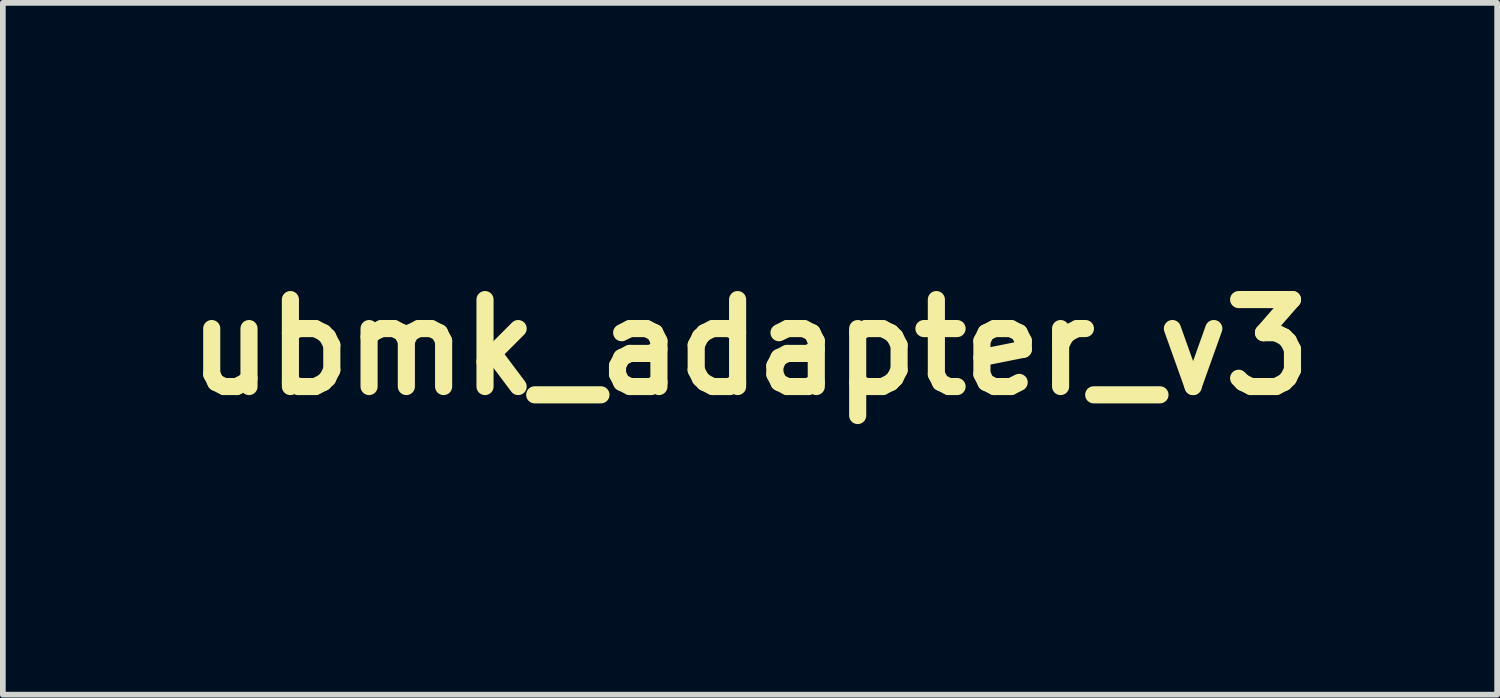
<source format=kicad_pcb>
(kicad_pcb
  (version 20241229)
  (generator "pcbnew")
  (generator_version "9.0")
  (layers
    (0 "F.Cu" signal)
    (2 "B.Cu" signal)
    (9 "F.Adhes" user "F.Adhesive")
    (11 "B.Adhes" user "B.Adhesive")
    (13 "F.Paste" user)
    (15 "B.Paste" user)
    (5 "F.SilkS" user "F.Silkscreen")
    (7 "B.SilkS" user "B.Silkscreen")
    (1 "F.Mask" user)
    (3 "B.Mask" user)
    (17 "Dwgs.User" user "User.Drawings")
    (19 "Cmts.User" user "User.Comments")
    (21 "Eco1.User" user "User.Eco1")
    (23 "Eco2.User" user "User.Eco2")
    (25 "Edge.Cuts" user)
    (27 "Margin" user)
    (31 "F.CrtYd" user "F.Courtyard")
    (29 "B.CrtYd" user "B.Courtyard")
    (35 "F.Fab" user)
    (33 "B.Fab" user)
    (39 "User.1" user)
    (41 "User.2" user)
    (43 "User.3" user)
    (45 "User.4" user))
  (footprint "ubmk_adapter_v3"
    (layer "F.Cu")
    (at 10.095 3.035)
    (property "Reference" "ubmk_adapter_v3" (at 0 0 0) (layer "F.SilkS") (effects (font (size 1.524 1.524) (thickness 0.3))))
    (attr through_hole)
    (fp_poly (pts (xy 1.553 -2.417) (xy 1.573 -2.398) (xy 1.582 -2.37) (xy 1.582 -2.365) (xy 1.574 -2.337) (xy 1.559 -2.321) (xy 1.531 -2.305) (xy 1.506 -2.306) (xy 1.481 -2.324) (xy 1.481 -2.324) (xy 1.463 -2.35) (xy 1.462 -2.375) (xy 1.477 -2.403) (xy 1.477 -2.403) (xy 1.501 -2.421) (xy 1.527 -2.425) (xy 1.553 -2.417)) (stroke (width 0.01) (type solid)) (fill yes) (layer "F.Mask"))
    (fp_poly (pts (xy 3.147 -2.359) (xy 3.17 -2.341) (xy 3.18 -2.32) (xy 3.185 -2.293) (xy 3.179 -2.266) (xy 3.178 -2.263) (xy 3.157 -2.233) (xy 3.13 -2.217) (xy 3.099 -2.216) (xy 3.067 -2.232) (xy 3.058 -2.24) (xy 3.038 -2.268) (xy 3.033 -2.295) (xy 3.045 -2.328) (xy 3.045 -2.328) (xy 3.061 -2.351) (xy 3.083 -2.362) (xy 3.113 -2.364) (xy 3.147 -2.359)) (stroke (width 0.01) (type solid)) (fill yes) (layer "F.Mask"))
    (fp_poly (pts (xy -0.237 -2.716) (xy -0.237 -2.642) (xy -0.237 -2.584) (xy -0.235 -2.54) (xy -0.231 -2.508) (xy -0.224 -2.486) (xy -0.213 -2.472) (xy -0.197 -2.464) (xy -0.175 -2.461) (xy -0.146 -2.461) (xy -0.114 -2.461) (xy -0.026 -2.461) (xy -0.026 -2.311) (xy -0.147 -2.312) (xy -0.194 -2.313) (xy -0.238 -2.316) (xy -0.273 -2.319) (xy -0.296 -2.322) (xy -0.299 -2.323) (xy -0.33 -2.339) (xy -0.363 -2.366) (xy -0.393 -2.398) (xy -0.414 -2.431) (xy -0.421 -2.448) (xy -0.424 -2.468) (xy -0.427 -2.504) (xy -0.429 -2.554) (xy -0.43 -2.615) (xy -0.431 -2.685) (xy -0.431 -2.709) (xy -0.431 -2.936) (xy -0.237 -2.936) (xy -0.237 -2.716)) (stroke (width 0.01) (type solid)) (fill yes) (layer "F.Mask"))
    (fp_poly (pts (xy 3.152 -2.613) (xy 3.183 -2.609) (xy 3.21 -2.601) (xy 3.243 -2.588) (xy 3.245 -2.587) (xy 3.303 -2.552) (xy 3.353 -2.508) (xy 3.389 -2.459) (xy 3.392 -2.453) (xy 3.406 -2.418) (xy 3.408 -2.392) (xy 3.397 -2.369) (xy 3.389 -2.359) (xy 3.362 -2.341) (xy 3.337 -2.341) (xy 3.312 -2.358) (xy 3.309 -2.362) (xy 3.273 -2.402) (xy 3.245 -2.431) (xy 3.224 -2.452) (xy 3.205 -2.465) (xy 3.186 -2.475) (xy 3.165 -2.482) (xy 3.163 -2.482) (xy 3.129 -2.491) (xy 3.102 -2.492) (xy 3.075 -2.487) (xy 3.047 -2.48) (xy 3.022 -2.474) (xy 3.017 -2.472) (xy 2.984 -2.471) (xy 2.957 -2.485) (xy 2.944 -2.505) (xy 2.939 -2.537) (xy 2.949 -2.564) (xy 2.974 -2.586) (xy 3.013 -2.602) (xy 3.065 -2.612) (xy 3.111 -2.614) (xy 3.152 -2.613)) (stroke (width 0.01) (type solid)) (fill yes) (layer "F.Mask"))
    (fp_poly (pts (xy -1.186 2.551) (xy -1.145 2.557) (xy -1.114 2.569) (xy -1.092 2.589) (xy -1.074 2.617) (xy -1.071 2.623) (xy -1.058 2.668) (xy -1.06 2.709) (xy -1.078 2.748) (xy -1.112 2.785) (xy -1.149 2.812) (xy -1.208 2.852) (xy -1.132 2.855) (xy -1.055 2.857) (xy -1.055 2.962) (xy -1.167 2.961) (xy -1.211 2.961) (xy -1.25 2.959) (xy -1.28 2.956) (xy -1.297 2.953) (xy -1.297 2.953) (xy -1.324 2.934) (xy -1.344 2.905) (xy -1.353 2.873) (xy -1.353 2.869) (xy -1.35 2.847) (xy -1.34 2.827) (xy -1.32 2.804) (xy -1.289 2.778) (xy -1.248 2.748) (xy -1.208 2.717) (xy -1.185 2.692) (xy -1.179 2.672) (xy -1.189 2.658) (xy -1.215 2.649) (xy -1.259 2.646) (xy -1.272 2.645) (xy -1.336 2.645) (xy -1.336 2.549) (xy -1.242 2.549) (xy -1.186 2.551)) (stroke (width 0.01) (type solid)) (fill yes) (layer "F.Mask"))
    (fp_poly (pts (xy -0.439 2.551) (xy -0.398 2.557) (xy -0.367 2.569) (xy -0.345 2.589) (xy -0.327 2.617) (xy -0.324 2.623) (xy -0.311 2.668) (xy -0.312 2.709) (xy -0.331 2.748) (xy -0.365 2.785) (xy -0.402 2.812) (xy -0.461 2.852) (xy -0.385 2.855) (xy -0.308 2.857) (xy -0.308 2.962) (xy -0.42 2.961) (xy -0.464 2.961) (xy -0.503 2.959) (xy -0.533 2.956) (xy -0.55 2.953) (xy -0.55 2.953) (xy -0.577 2.934) (xy -0.597 2.905) (xy -0.606 2.873) (xy -0.606 2.869) (xy -0.603 2.847) (xy -0.593 2.827) (xy -0.573 2.804) (xy -0.542 2.778) (xy -0.501 2.748) (xy -0.461 2.717) (xy -0.438 2.692) (xy -0.431 2.672) (xy -0.442 2.658) (xy -0.468 2.649) (xy -0.512 2.646) (xy -0.525 2.645) (xy -0.589 2.645) (xy -0.589 2.549) (xy -0.495 2.549) (xy -0.439 2.551)) (stroke (width 0.01) (type solid)) (fill yes) (layer "F.Mask"))
    (fp_poly (pts (xy 1.245 2.651) (xy 1.281 2.664) (xy 1.321 2.693) (xy 1.35 2.731) (xy 1.365 2.776) (xy 1.368 2.824) (xy 1.357 2.872) (xy 1.331 2.916) (xy 1.326 2.922) (xy 1.294 2.949) (xy 1.256 2.964) (xy 1.216 2.968) (xy 1.18 2.961) (xy 1.159 2.947) (xy 1.151 2.941) (xy 1.146 2.942) (xy 1.144 2.953) (xy 1.143 2.975) (xy 1.143 3.009) (xy 1.143 3.085) (xy 1.027 3.085) (xy 1.03 2.915) (xy 1.032 2.808) (xy 1.143 2.808) (xy 1.15 2.835) (xy 1.168 2.854) (xy 1.192 2.863) (xy 1.217 2.86) (xy 1.235 2.847) (xy 1.248 2.823) (xy 1.249 2.795) (xy 1.24 2.769) (xy 1.222 2.749) (xy 1.198 2.742) (xy 1.18 2.749) (xy 1.162 2.767) (xy 1.147 2.789) (xy 1.143 2.808) (xy 1.032 2.808) (xy 1.033 2.745) (xy 1.058 2.712) (xy 1.095 2.677) (xy 1.141 2.655) (xy 1.193 2.646) (xy 1.245 2.651)) (stroke (width 0.01) (type solid)) (fill yes) (layer "F.Mask"))
    (fp_poly (pts (xy -3.269 -2.733) (xy -3.269 -2.66) (xy -3.268 -2.604) (xy -3.266 -2.56) (xy -3.262 -2.528) (xy -3.256 -2.504) (xy -3.247 -2.488) (xy -3.236 -2.477) (xy -3.22 -2.468) (xy -3.214 -2.465) (xy -3.176 -2.458) (xy -3.142 -2.467) (xy -3.116 -2.489) (xy -3.094 -2.515) (xy -3.094 -2.936) (xy -2.9 -2.936) (xy -2.9 -2.726) (xy -2.901 -2.649) (xy -2.902 -2.586) (xy -2.905 -2.537) (xy -2.909 -2.498) (xy -2.916 -2.467) (xy -2.925 -2.442) (xy -2.937 -2.42) (xy -2.953 -2.399) (xy -2.958 -2.392) (xy -2.997 -2.354) (xy -3.041 -2.328) (xy -3.094 -2.312) (xy -3.159 -2.306) (xy -3.164 -2.306) (xy -3.224 -2.306) (xy -3.27 -2.311) (xy -3.286 -2.315) (xy -3.346 -2.344) (xy -3.396 -2.386) (xy -3.435 -2.441) (xy -3.446 -2.465) (xy -3.451 -2.484) (xy -3.454 -2.519) (xy -3.457 -2.569) (xy -3.459 -2.637) (xy -3.461 -2.714) (xy -3.464 -2.936) (xy -3.269 -2.936) (xy -3.269 -2.733)) (stroke (width 0.01) (type solid)) (fill yes) (layer "F.Mask"))
    (fp_poly (pts (xy 3.219 -2.813) (xy 3.275 -2.799) (xy 3.331 -2.776) (xy 3.361 -2.761) (xy 3.411 -2.731) (xy 3.457 -2.694) (xy 3.5 -2.653) (xy 3.537 -2.611) (xy 3.566 -2.568) (xy 3.586 -2.527) (xy 3.595 -2.492) (xy 3.592 -2.463) (xy 3.588 -2.456) (xy 3.575 -2.444) (xy 3.556 -2.432) (xy 3.539 -2.426) (xy 3.536 -2.426) (xy 3.523 -2.43) (xy 3.509 -2.435) (xy 3.493 -2.448) (xy 3.477 -2.469) (xy 3.475 -2.471) (xy 3.431 -2.541) (xy 3.373 -2.6) (xy 3.305 -2.647) (xy 3.228 -2.68) (xy 3.224 -2.682) (xy 3.165 -2.694) (xy 3.101 -2.697) (xy 3.038 -2.692) (xy 2.983 -2.678) (xy 2.979 -2.677) (xy 2.941 -2.663) (xy 2.914 -2.657) (xy 2.894 -2.659) (xy 2.878 -2.668) (xy 2.87 -2.675) (xy 2.85 -2.703) (xy 2.847 -2.729) (xy 2.86 -2.753) (xy 2.887 -2.775) (xy 2.927 -2.793) (xy 2.979 -2.807) (xy 3.043 -2.816) (xy 3.085 -2.819) (xy 3.157 -2.819) (xy 3.219 -2.813)) (stroke (width 0.01) (type solid)) (fill yes) (layer "F.Mask"))
    (fp_poly (pts (xy 1.415 -0.993) (xy 1.481 -0.993) (xy 1.63 -1.265) (xy 1.786 -1.266) (xy 1.837 -1.265) (xy 1.88 -1.265) (xy 1.914 -1.264) (xy 1.936 -1.263) (xy 1.942 -1.261) (xy 1.938 -1.253) (xy 1.925 -1.232) (xy 1.906 -1.201) (xy 1.882 -1.162) (xy 1.854 -1.118) (xy 1.849 -1.11) (xy 1.821 -1.065) (xy 1.797 -1.026) (xy 1.779 -0.993) (xy 1.768 -0.971) (xy 1.764 -0.96) (xy 1.765 -0.96) (xy 1.791 -0.946) (xy 1.821 -0.923) (xy 1.849 -0.894) (xy 1.86 -0.881) (xy 1.877 -0.854) (xy 1.89 -0.823) (xy 1.899 -0.786) (xy 1.904 -0.738) (xy 1.907 -0.678) (xy 1.907 -0.637) (xy 1.907 -0.519) (xy 1.626 -0.519) (xy 1.626 -0.636) (xy 1.626 -0.685) (xy 1.625 -0.719) (xy 1.622 -0.742) (xy 1.618 -0.758) (xy 1.612 -0.77) (xy 1.608 -0.776) (xy 1.578 -0.8) (xy 1.535 -0.813) (xy 1.478 -0.816) (xy 1.472 -0.816) (xy 1.419 -0.813) (xy 1.417 -0.666) (xy 1.415 -0.519) (xy 1.143 -0.519) (xy 1.143 -1.573) (xy 1.415 -1.573) (xy 1.415 -0.993)) (stroke (width 0.01) (type solid)) (fill yes) (layer "F.Mask"))
    (fp_poly (pts (xy -1.757 -1.057) (xy -1.757 -0.975) (xy -1.755 -0.909) (xy -1.752 -0.86) (xy -1.749 -0.829) (xy -1.746 -0.818) (xy -1.725 -0.783) (xy -1.692 -0.76) (xy -1.656 -0.75) (xy -1.617 -0.752) (xy -1.584 -0.769) (xy -1.558 -0.799) (xy -1.552 -0.809) (xy -1.547 -0.819) (xy -1.544 -0.832) (xy -1.541 -0.85) (xy -1.54 -0.875) (xy -1.539 -0.91) (xy -1.538 -0.957) (xy -1.538 -1.019) (xy -1.538 -1.047) (xy -1.538 -1.266) (xy -1.266 -1.266) (xy -1.266 -1.017) (xy -1.266 -0.935) (xy -1.267 -0.869) (xy -1.268 -0.815) (xy -1.271 -0.773) (xy -1.276 -0.739) (xy -1.283 -0.712) (xy -1.292 -0.689) (xy -1.304 -0.667) (xy -1.318 -0.646) (xy -1.323 -0.639) (xy -1.372 -0.586) (xy -1.433 -0.545) (xy -1.475 -0.526) (xy -1.515 -0.516) (xy -1.567 -0.508) (xy -1.624 -0.504) (xy -1.681 -0.503) (xy -1.731 -0.507) (xy -1.762 -0.513) (xy -1.836 -0.54) (xy -1.901 -0.579) (xy -1.955 -0.629) (xy -1.996 -0.688) (xy -2.002 -0.701) (xy -2.026 -0.751) (xy -2.031 -1.266) (xy -1.758 -1.266) (xy -1.757 -1.057)) (stroke (width 0.01) (type solid)) (fill yes) (layer "F.Mask"))
    (fp_poly (pts (xy 1.286 -2.724) (xy 1.327 -2.72) (xy 1.357 -2.713) (xy 1.378 -2.702) (xy 1.394 -2.686) (xy 1.401 -2.677) (xy 1.412 -2.647) (xy 1.414 -2.609) (xy 1.407 -2.572) (xy 1.399 -2.553) (xy 1.389 -2.536) (xy 1.389 -2.523) (xy 1.397 -2.507) (xy 1.403 -2.497) (xy 1.421 -2.457) (xy 1.422 -2.415) (xy 1.405 -2.375) (xy 1.404 -2.372) (xy 1.384 -2.348) (xy 1.361 -2.331) (xy 1.332 -2.32) (xy 1.292 -2.314) (xy 1.238 -2.312) (xy 1.224 -2.312) (xy 1.125 -2.311) (xy 1.125 -2.417) (xy 1.203 -2.417) (xy 1.249 -2.418) (xy 1.279 -2.423) (xy 1.295 -2.432) (xy 1.298 -2.446) (xy 1.296 -2.455) (xy 1.286 -2.466) (xy 1.267 -2.474) (xy 1.234 -2.477) (xy 1.197 -2.478) (xy 1.143 -2.478) (xy 1.143 -2.566) (xy 1.205 -2.566) (xy 1.252 -2.569) (xy 1.284 -2.576) (xy 1.298 -2.587) (xy 1.296 -2.603) (xy 1.287 -2.614) (xy 1.274 -2.622) (xy 1.252 -2.626) (xy 1.217 -2.628) (xy 1.199 -2.628) (xy 1.125 -2.628) (xy 1.125 -2.725) (xy 1.231 -2.725) (xy 1.286 -2.724)) (stroke (width 0.01) (type solid)) (fill yes) (layer "F.Mask"))
    (fp_poly (pts (xy 0.606 2.645) (xy 0.508 2.647) (xy 0.409 2.65) (xy 0.409 2.672) (xy 0.41 2.683) (xy 0.415 2.69) (xy 0.427 2.694) (xy 0.451 2.696) (xy 0.48 2.698) (xy 0.519 2.702) (xy 0.545 2.707) (xy 0.566 2.716) (xy 0.583 2.727) (xy 0.611 2.759) (xy 0.627 2.797) (xy 0.629 2.839) (xy 0.62 2.88) (xy 0.598 2.915) (xy 0.566 2.942) (xy 0.553 2.948) (xy 0.529 2.955) (xy 0.497 2.959) (xy 0.452 2.961) (xy 0.409 2.962) (xy 0.299 2.962) (xy 0.299 2.865) (xy 0.39 2.865) (xy 0.435 2.865) (xy 0.464 2.863) (xy 0.483 2.859) (xy 0.495 2.852) (xy 0.496 2.851) (xy 0.508 2.834) (xy 0.504 2.82) (xy 0.484 2.81) (xy 0.447 2.802) (xy 0.421 2.799) (xy 0.383 2.793) (xy 0.349 2.783) (xy 0.335 2.777) (xy 0.305 2.749) (xy 0.288 2.713) (xy 0.282 2.673) (xy 0.289 2.633) (xy 0.307 2.596) (xy 0.336 2.568) (xy 0.338 2.567) (xy 0.352 2.559) (xy 0.368 2.554) (xy 0.39 2.551) (xy 0.42 2.549) (xy 0.464 2.549) (xy 0.487 2.549) (xy 0.606 2.549) (xy 0.606 2.645)) (stroke (width 0.01) (type solid)) (fill yes) (layer "F.Mask"))
    (fp_poly (pts (xy 0.892 2.658) (xy 0.902 2.663) (xy 0.929 2.678) (xy 0.949 2.696) (xy 0.954 2.702) (xy 0.968 2.732) (xy 0.978 2.768) (xy 0.981 2.802) (xy 0.979 2.817) (xy 0.976 2.827) (xy 0.97 2.833) (xy 0.959 2.837) (xy 0.938 2.838) (xy 0.904 2.839) (xy 0.882 2.839) (xy 0.845 2.839) (xy 0.815 2.841) (xy 0.796 2.844) (xy 0.791 2.846) (xy 0.797 2.86) (xy 0.817 2.869) (xy 0.851 2.873) (xy 0.881 2.874) (xy 0.949 2.874) (xy 0.949 2.962) (xy 0.877 2.961) (xy 0.837 2.96) (xy 0.8 2.956) (xy 0.772 2.95) (xy 0.769 2.949) (xy 0.729 2.926) (xy 0.697 2.892) (xy 0.676 2.851) (xy 0.672 2.833) (xy 0.672 2.78) (xy 0.677 2.762) (xy 0.785 2.762) (xy 0.786 2.771) (xy 0.801 2.776) (xy 0.832 2.777) (xy 0.859 2.777) (xy 0.873 2.775) (xy 0.875 2.77) (xy 0.869 2.759) (xy 0.868 2.758) (xy 0.847 2.739) (xy 0.822 2.736) (xy 0.799 2.747) (xy 0.785 2.762) (xy 0.677 2.762) (xy 0.686 2.734) (xy 0.713 2.696) (xy 0.749 2.667) (xy 0.793 2.65) (xy 0.841 2.647) (xy 0.892 2.658)) (stroke (width 0.01) (type solid)) (fill yes) (layer "F.Mask"))
    (fp_poly (pts (xy 3.171 -3.028) (xy 3.24 -3.022) (xy 3.298 -3.011) (xy 3.3 -3.01) (xy 3.36 -2.99) (xy 3.426 -2.96) (xy 3.492 -2.925) (xy 3.552 -2.886) (xy 3.58 -2.865) (xy 3.62 -2.83) (xy 3.66 -2.787) (xy 3.698 -2.742) (xy 3.732 -2.695) (xy 3.76 -2.651) (xy 3.779 -2.613) (xy 3.788 -2.582) (xy 3.788 -2.576) (xy 3.78 -2.55) (xy 3.761 -2.53) (xy 3.735 -2.519) (xy 3.708 -2.52) (xy 3.694 -2.527) (xy 3.68 -2.541) (xy 3.662 -2.566) (xy 3.646 -2.595) (xy 3.617 -2.64) (xy 3.576 -2.69) (xy 3.528 -2.739) (xy 3.478 -2.783) (xy 3.429 -2.818) (xy 3.406 -2.832) (xy 3.335 -2.865) (xy 3.27 -2.887) (xy 3.204 -2.899) (xy 3.131 -2.904) (xy 3.107 -2.904) (xy 3.059 -2.904) (xy 3.023 -2.902) (xy 2.992 -2.897) (xy 2.961 -2.889) (xy 2.925 -2.877) (xy 2.92 -2.876) (xy 2.872 -2.86) (xy 2.838 -2.851) (xy 2.814 -2.849) (xy 2.796 -2.853) (xy 2.781 -2.863) (xy 2.778 -2.867) (xy 2.761 -2.894) (xy 2.761 -2.92) (xy 2.778 -2.945) (xy 2.812 -2.968) (xy 2.861 -2.99) (xy 2.925 -3.009) (xy 2.972 -3.02) (xy 3.031 -3.028) (xy 3.099 -3.03) (xy 3.171 -3.028)) (stroke (width 0.01) (type solid)) (fill yes) (layer "F.Mask"))
    (fp_poly (pts (xy -0.861 -1.204) (xy -0.822 -1.234) (xy -0.771 -1.262) (xy -0.712 -1.278) (xy -0.647 -1.281) (xy -0.581 -1.272) (xy -0.516 -1.251) (xy -0.457 -1.218) (xy -0.431 -1.199) (xy -0.393 -1.158) (xy -0.359 -1.106) (xy -0.333 -1.049) (xy -0.321 -1.011) (xy -0.309 -0.924) (xy -0.313 -0.841) (xy -0.33 -0.763) (xy -0.362 -0.693) (xy -0.406 -0.631) (xy -0.461 -0.579) (xy -0.527 -0.539) (xy -0.603 -0.513) (xy -0.613 -0.511) (xy -0.662 -0.504) (xy -0.718 -0.502) (xy -0.776 -0.504) (xy -0.828 -0.51) (xy -0.852 -0.515) (xy -0.929 -0.544) (xy -0.995 -0.588) (xy -1.051 -0.645) (xy -1.095 -0.715) (xy -1.098 -0.721) (xy -1.129 -0.787) (xy -1.13 -0.888) (xy -0.853 -0.888) (xy -0.845 -0.838) (xy -0.825 -0.797) (xy -0.795 -0.767) (xy -0.757 -0.749) (xy -0.713 -0.745) (xy -0.667 -0.757) (xy -0.658 -0.761) (xy -0.628 -0.786) (xy -0.607 -0.821) (xy -0.595 -0.863) (xy -0.594 -0.907) (xy -0.604 -0.95) (xy -0.626 -0.987) (xy -0.632 -0.994) (xy -0.669 -1.02) (xy -0.709 -1.031) (xy -0.749 -1.029) (xy -0.786 -1.013) (xy -0.817 -0.987) (xy -0.84 -0.95) (xy -0.852 -0.905) (xy -0.853 -0.888) (xy -1.13 -0.888) (xy -1.132 -1.18) (xy -1.135 -1.573) (xy -0.861 -1.573) (xy -0.861 -1.204)) (stroke (width 0.01) (type solid)) (fill yes) (layer "F.Mask"))
    (fp_poly (pts (xy 1.059 -2.619) (xy 1.081 -2.618) (xy 1.09 -2.617) (xy 1.09 -2.617) (xy 1.087 -2.606) (xy 1.08 -2.583) (xy 1.069 -2.55) (xy 1.055 -2.511) (xy 1.041 -2.469) (xy 1.027 -2.428) (xy 1.014 -2.391) (xy 1.003 -2.362) (xy 0.996 -2.344) (xy 0.994 -2.34) (xy 0.978 -2.324) (xy 0.95 -2.31) (xy 0.92 -2.303) (xy 0.911 -2.303) (xy 0.889 -2.307) (xy 0.869 -2.316) (xy 0.85 -2.33) (xy 0.839 -2.344) (xy 0.835 -2.357) (xy 0.826 -2.382) (xy 0.814 -2.417) (xy 0.801 -2.456) (xy 0.786 -2.497) (xy 0.773 -2.537) (xy 0.761 -2.573) (xy 0.752 -2.599) (xy 0.748 -2.615) (xy 0.747 -2.617) (xy 0.755 -2.618) (xy 0.776 -2.619) (xy 0.806 -2.619) (xy 0.808 -2.619) (xy 0.841 -2.618) (xy 0.861 -2.616) (xy 0.87 -2.61) (xy 0.873 -2.604) (xy 0.877 -2.589) (xy 0.883 -2.561) (xy 0.891 -2.526) (xy 0.897 -2.502) (xy 0.905 -2.466) (xy 0.912 -2.439) (xy 0.918 -2.423) (xy 0.92 -2.42) (xy 0.924 -2.43) (xy 0.93 -2.453) (xy 0.937 -2.485) (xy 0.941 -2.502) (xy 0.949 -2.539) (xy 0.956 -2.572) (xy 0.961 -2.594) (xy 0.962 -2.599) (xy 0.966 -2.61) (xy 0.975 -2.616) (xy 0.992 -2.618) (xy 1.022 -2.619) (xy 1.028 -2.619) (xy 1.059 -2.619)) (stroke (width 0.01) (type solid)) (fill yes) (layer "F.Mask"))
    (fp_poly (pts (xy -1.435 -2.935) (xy -1.383 -2.935) (xy -1.344 -2.935) (xy -1.317 -2.933) (xy -1.297 -2.93) (xy -1.281 -2.925) (xy -1.265 -2.917) (xy -1.25 -2.909) (xy -1.205 -2.877) (xy -1.175 -2.839) (xy -1.158 -2.791) (xy -1.153 -2.747) (xy -1.153 -2.702) (xy -1.161 -2.664) (xy -1.177 -2.63) (xy -1.205 -2.598) (xy -1.244 -2.565) (xy -1.298 -2.528) (xy -1.308 -2.523) (xy -1.337 -2.504) (xy -1.358 -2.488) (xy -1.37 -2.478) (xy -1.371 -2.476) (xy -1.363 -2.474) (xy -1.34 -2.472) (xy -1.307 -2.47) (xy -1.265 -2.47) (xy -1.257 -2.47) (xy -1.143 -2.47) (xy -1.143 -2.311) (xy -1.316 -2.312) (xy -1.379 -2.312) (xy -1.426 -2.313) (xy -1.462 -2.315) (xy -1.487 -2.317) (xy -1.505 -2.321) (xy -1.519 -2.326) (xy -1.519 -2.326) (xy -1.556 -2.353) (xy -1.582 -2.39) (xy -1.596 -2.432) (xy -1.595 -2.476) (xy -1.592 -2.49) (xy -1.583 -2.509) (xy -1.569 -2.529) (xy -1.547 -2.551) (xy -1.515 -2.577) (xy -1.473 -2.609) (xy -1.434 -2.636) (xy -1.388 -2.67) (xy -1.357 -2.696) (xy -1.338 -2.717) (xy -1.33 -2.735) (xy -1.333 -2.75) (xy -1.34 -2.76) (xy -1.349 -2.767) (xy -1.36 -2.772) (xy -1.378 -2.775) (xy -1.405 -2.777) (xy -1.445 -2.777) (xy -1.465 -2.777) (xy -1.573 -2.777) (xy -1.573 -2.936) (xy -1.435 -2.935)) (stroke (width 0.01) (type solid)) (fill yes) (layer "F.Mask"))
    (fp_poly (pts (xy -1.965 -2.935) (xy -1.911 -2.935) (xy -1.87 -2.934) (xy -1.839 -2.933) (xy -1.816 -2.931) (xy -1.8 -2.927) (xy -1.787 -2.923) (xy -1.776 -2.918) (xy -1.733 -2.887) (xy -1.704 -2.846) (xy -1.69 -2.796) (xy -1.689 -2.79) (xy -1.688 -2.748) (xy -1.694 -2.715) (xy -1.708 -2.688) (xy -1.724 -2.667) (xy -1.751 -2.636) (xy -1.729 -2.619) (xy -1.702 -2.589) (xy -1.682 -2.548) (xy -1.671 -2.503) (xy -1.67 -2.482) (xy -1.679 -2.431) (xy -1.703 -2.384) (xy -1.744 -2.345) (xy -1.748 -2.343) (xy -1.786 -2.316) (xy -2.022 -2.313) (xy -2.259 -2.31) (xy -2.259 -2.558) (xy -2.057 -2.558) (xy -2.057 -2.46) (xy -1.967 -2.463) (xy -1.926 -2.464) (xy -1.9 -2.466) (xy -1.883 -2.469) (xy -1.873 -2.475) (xy -1.867 -2.485) (xy -1.864 -2.49) (xy -1.856 -2.507) (xy -1.857 -2.519) (xy -1.871 -2.533) (xy -1.875 -2.536) (xy -1.888 -2.547) (xy -1.903 -2.553) (xy -1.924 -2.556) (xy -1.955 -2.557) (xy -1.978 -2.558) (xy -2.057 -2.558) (xy -2.259 -2.558) (xy -2.259 -2.786) (xy -2.057 -2.786) (xy -2.057 -2.698) (xy -1.985 -2.698) (xy -1.945 -2.699) (xy -1.918 -2.703) (xy -1.901 -2.709) (xy -1.897 -2.713) (xy -1.882 -2.734) (xy -1.886 -2.756) (xy -1.895 -2.77) (xy -1.906 -2.778) (xy -1.923 -2.783) (xy -1.949 -2.786) (xy -1.983 -2.786) (xy -2.057 -2.786) (xy -2.259 -2.786) (xy -2.259 -2.936) (xy -2.034 -2.936) (xy -1.965 -2.935)) (stroke (width 0.01) (type solid)) (fill yes) (layer "F.Mask"))
    (fp_poly (pts (xy -0.787 -2.935) (xy -0.733 -2.935) (xy -0.692 -2.934) (xy -0.661 -2.933) (xy -0.639 -2.931) (xy -0.622 -2.927) (xy -0.609 -2.923) (xy -0.598 -2.918) (xy -0.555 -2.887) (xy -0.526 -2.846) (xy -0.512 -2.796) (xy -0.512 -2.79) (xy -0.51 -2.748) (xy -0.516 -2.715) (xy -0.53 -2.688) (xy -0.546 -2.667) (xy -0.573 -2.636) (xy -0.551 -2.619) (xy -0.525 -2.589) (xy -0.505 -2.548) (xy -0.494 -2.503) (xy -0.492 -2.482) (xy -0.501 -2.431) (xy -0.526 -2.384) (xy -0.566 -2.345) (xy -0.57 -2.343) (xy -0.608 -2.316) (xy -0.844 -2.313) (xy -1.081 -2.31) (xy -1.081 -2.558) (xy -0.879 -2.558) (xy -0.879 -2.46) (xy -0.789 -2.463) (xy -0.749 -2.464) (xy -0.722 -2.466) (xy -0.706 -2.469) (xy -0.696 -2.475) (xy -0.689 -2.485) (xy -0.686 -2.49) (xy -0.678 -2.507) (xy -0.68 -2.519) (xy -0.693 -2.533) (xy -0.697 -2.536) (xy -0.711 -2.547) (xy -0.726 -2.553) (xy -0.746 -2.556) (xy -0.777 -2.557) (xy -0.8 -2.558) (xy -0.879 -2.558) (xy -1.081 -2.558) (xy -1.081 -2.786) (xy -0.879 -2.786) (xy -0.879 -2.698) (xy -0.807 -2.698) (xy -0.767 -2.699) (xy -0.74 -2.703) (xy -0.724 -2.709) (xy -0.719 -2.713) (xy -0.705 -2.734) (xy -0.708 -2.756) (xy -0.718 -2.77) (xy -0.728 -2.778) (xy -0.745 -2.783) (xy -0.771 -2.786) (xy -0.806 -2.786) (xy -0.879 -2.786) (xy -1.081 -2.786) (xy -1.081 -2.936) (xy -0.857 -2.936) (xy -0.787 -2.935)) (stroke (width 0.01) (type solid)) (fill yes) (layer "F.Mask"))
    (fp_poly (pts (xy 0.492 -2.786) (xy 0.362 -2.786) (xy 0.307 -2.786) (xy 0.267 -2.784) (xy 0.24 -2.781) (xy 0.223 -2.775) (xy 0.214 -2.766) (xy 0.211 -2.753) (xy 0.211 -2.746) (xy 0.213 -2.73) (xy 0.222 -2.718) (xy 0.239 -2.71) (xy 0.267 -2.704) (xy 0.309 -2.701) (xy 0.353 -2.7) (xy 0.466 -2.696) (xy 0.466 -2.549) (xy 0.349 -2.549) (xy 0.297 -2.548) (xy 0.259 -2.546) (xy 0.235 -2.542) (xy 0.22 -2.535) (xy 0.213 -2.525) (xy 0.211 -2.51) (xy 0.211 -2.508) (xy 0.214 -2.491) (xy 0.224 -2.478) (xy 0.242 -2.47) (xy 0.273 -2.464) (xy 0.316 -2.462) (xy 0.371 -2.461) (xy 0.492 -2.461) (xy 0.492 -2.311) (xy 0.327 -2.311) (xy 0.269 -2.312) (xy 0.225 -2.312) (xy 0.193 -2.313) (xy 0.17 -2.316) (xy 0.152 -2.319) (xy 0.136 -2.325) (xy 0.12 -2.332) (xy 0.117 -2.334) (xy 0.07 -2.366) (xy 0.038 -2.407) (xy 0.022 -2.457) (xy 0.019 -2.474) (xy 0.022 -2.531) (xy 0.038 -2.579) (xy 0.061 -2.61) (xy 0.076 -2.628) (xy 0.079 -2.638) (xy 0.073 -2.647) (xy 0.049 -2.677) (xy 0.033 -2.718) (xy 0.028 -2.764) (xy 0.028 -2.778) (xy 0.039 -2.83) (xy 0.063 -2.873) (xy 0.103 -2.906) (xy 0.115 -2.913) (xy 0.13 -2.921) (xy 0.144 -2.927) (xy 0.16 -2.931) (xy 0.181 -2.933) (xy 0.21 -2.935) (xy 0.25 -2.935) (xy 0.304 -2.935) (xy 0.324 -2.936) (xy 0.492 -2.936) (xy 0.492 -2.786)) (stroke (width 0.01) (type solid)) (fill yes) (layer "F.Mask"))
    (fp_poly (pts (xy -0.778 2.547) (xy -0.734 2.566) (xy -0.699 2.596) (xy -0.693 2.604) (xy -0.685 2.616) (xy -0.679 2.63) (xy -0.675 2.647) (xy -0.673 2.673) (xy -0.672 2.709) (xy -0.672 2.752) (xy -0.672 2.8) (xy -0.673 2.834) (xy -0.675 2.857) (xy -0.679 2.874) (xy -0.685 2.887) (xy -0.694 2.899) (xy -0.696 2.902) (xy -0.72 2.926) (xy -0.748 2.946) (xy -0.753 2.949) (xy -0.79 2.961) (xy -0.834 2.967) (xy -0.876 2.967) (xy -0.899 2.962) (xy -0.937 2.943) (xy -0.971 2.915) (xy -0.995 2.882) (xy -0.996 2.88) (xy -1.003 2.859) (xy -1.008 2.83) (xy -1.01 2.79) (xy -1.011 2.753) (xy -0.896 2.753) (xy -0.896 2.789) (xy -0.893 2.812) (xy -0.888 2.828) (xy -0.877 2.841) (xy -0.875 2.844) (xy -0.856 2.858) (xy -0.84 2.865) (xy -0.839 2.865) (xy -0.824 2.859) (xy -0.805 2.845) (xy -0.804 2.844) (xy -0.793 2.831) (xy -0.786 2.816) (xy -0.783 2.795) (xy -0.782 2.761) (xy -0.782 2.753) (xy -0.784 2.706) (xy -0.791 2.675) (xy -0.804 2.655) (xy -0.824 2.647) (xy -0.839 2.645) (xy -0.864 2.649) (xy -0.881 2.662) (xy -0.891 2.687) (xy -0.896 2.725) (xy -0.896 2.753) (xy -1.011 2.753) (xy -1.011 2.75) (xy -1.01 2.704) (xy -1.008 2.672) (xy -1.005 2.649) (xy -0.999 2.631) (xy -0.991 2.615) (xy -0.961 2.58) (xy -0.922 2.556) (xy -0.875 2.542) (xy -0.826 2.539) (xy -0.778 2.547)) (stroke (width 0.01) (type solid)) (fill yes) (layer "F.Mask"))
    (fp_poly (pts (xy -0.03 2.547) (xy 0.013 2.566) (xy 0.049 2.596) (xy 0.054 2.604) (xy 0.062 2.616) (xy 0.068 2.63) (xy 0.072 2.647) (xy 0.074 2.673) (xy 0.075 2.709) (xy 0.075 2.752) (xy 0.075 2.8) (xy 0.074 2.834) (xy 0.072 2.857) (xy 0.068 2.874) (xy 0.062 2.887) (xy 0.053 2.899) (xy 0.051 2.902) (xy 0.027 2.926) (xy -0.001 2.946) (xy -0.006 2.949) (xy -0.043 2.961) (xy -0.087 2.967) (xy -0.129 2.967) (xy -0.152 2.962) (xy -0.19 2.943) (xy -0.224 2.915) (xy -0.248 2.882) (xy -0.249 2.88) (xy -0.256 2.859) (xy -0.261 2.83) (xy -0.263 2.79) (xy -0.263 2.753) (xy -0.149 2.753) (xy -0.149 2.789) (xy -0.146 2.812) (xy -0.14 2.828) (xy -0.13 2.841) (xy -0.128 2.844) (xy -0.109 2.858) (xy -0.093 2.865) (xy -0.092 2.865) (xy -0.077 2.859) (xy -0.058 2.845) (xy -0.057 2.844) (xy -0.046 2.831) (xy -0.039 2.816) (xy -0.036 2.795) (xy -0.035 2.761) (xy -0.035 2.753) (xy -0.037 2.706) (xy -0.044 2.675) (xy -0.057 2.655) (xy -0.077 2.647) (xy -0.092 2.645) (xy -0.117 2.649) (xy -0.134 2.662) (xy -0.144 2.687) (xy -0.149 2.725) (xy -0.149 2.753) (xy -0.263 2.753) (xy -0.264 2.75) (xy -0.263 2.704) (xy -0.261 2.672) (xy -0.258 2.649) (xy -0.252 2.631) (xy -0.244 2.615) (xy -0.214 2.58) (xy -0.175 2.556) (xy -0.128 2.542) (xy -0.079 2.539) (xy -0.03 2.547)) (stroke (width 0.01) (type solid)) (fill yes) (layer "F.Mask"))
    (fp_poly (pts (xy 1.859 -2.726) (xy 1.903 -2.707) (xy 1.938 -2.677) (xy 1.944 -2.67) (xy 1.952 -2.657) (xy 1.958 -2.644) (xy 1.961 -2.626) (xy 1.963 -2.601) (xy 1.964 -2.564) (xy 1.964 -2.522) (xy 1.964 -2.474) (xy 1.963 -2.44) (xy 1.961 -2.416) (xy 1.958 -2.4) (xy 1.952 -2.387) (xy 1.943 -2.374) (xy 1.941 -2.371) (xy 1.917 -2.347) (xy 1.889 -2.327) (xy 1.884 -2.324) (xy 1.846 -2.312) (xy 1.802 -2.306) (xy 1.76 -2.307) (xy 1.737 -2.311) (xy 1.7 -2.33) (xy 1.665 -2.359) (xy 1.641 -2.392) (xy 1.64 -2.394) (xy 1.633 -2.414) (xy 1.629 -2.443) (xy 1.627 -2.483) (xy 1.626 -2.52) (xy 1.74 -2.52) (xy 1.741 -2.484) (xy 1.743 -2.461) (xy 1.749 -2.445) (xy 1.759 -2.432) (xy 1.762 -2.43) (xy 1.78 -2.415) (xy 1.796 -2.408) (xy 1.797 -2.408) (xy 1.813 -2.414) (xy 1.831 -2.428) (xy 1.833 -2.43) (xy 1.844 -2.443) (xy 1.85 -2.457) (xy 1.854 -2.479) (xy 1.854 -2.512) (xy 1.854 -2.52) (xy 1.852 -2.567) (xy 1.845 -2.599) (xy 1.832 -2.618) (xy 1.812 -2.627) (xy 1.797 -2.628) (xy 1.773 -2.624) (xy 1.756 -2.611) (xy 1.745 -2.586) (xy 1.741 -2.548) (xy 1.74 -2.52) (xy 1.626 -2.52) (xy 1.626 -2.524) (xy 1.627 -2.569) (xy 1.628 -2.601) (xy 1.632 -2.624) (xy 1.638 -2.643) (xy 1.646 -2.658) (xy 1.675 -2.693) (xy 1.715 -2.717) (xy 1.761 -2.731) (xy 1.811 -2.734) (xy 1.859 -2.726)) (stroke (width 0.01) (type solid)) (fill yes) (layer "F.Mask"))
    (fp_poly (pts (xy -2.355 -2.786) (xy -2.491 -2.786) (xy -2.545 -2.786) (xy -2.584 -2.785) (xy -2.61 -2.783) (xy -2.627 -2.779) (xy -2.638 -2.775) (xy -2.64 -2.772) (xy -2.652 -2.756) (xy -2.65 -2.741) (xy -2.637 -2.725) (xy -2.625 -2.716) (xy -2.61 -2.711) (xy -2.586 -2.708) (xy -2.55 -2.707) (xy -2.542 -2.707) (xy -2.501 -2.706) (xy -2.471 -2.703) (xy -2.447 -2.696) (xy -2.421 -2.685) (xy -2.416 -2.683) (xy -2.37 -2.652) (xy -2.343 -2.621) (xy -2.328 -2.598) (xy -2.32 -2.575) (xy -2.317 -2.547) (xy -2.317 -2.525) (xy -2.32 -2.469) (xy -2.332 -2.425) (xy -2.353 -2.388) (xy -2.366 -2.374) (xy -2.385 -2.356) (xy -2.402 -2.342) (xy -2.42 -2.331) (xy -2.443 -2.324) (xy -2.472 -2.319) (xy -2.51 -2.316) (xy -2.56 -2.314) (xy -2.625 -2.313) (xy -2.63 -2.313) (xy -2.812 -2.31) (xy -2.812 -2.461) (xy -2.678 -2.461) (xy -2.617 -2.462) (xy -2.572 -2.464) (xy -2.54 -2.468) (xy -2.52 -2.476) (xy -2.509 -2.487) (xy -2.506 -2.502) (xy -2.507 -2.512) (xy -2.514 -2.532) (xy -2.533 -2.546) (xy -2.565 -2.554) (xy -2.611 -2.557) (xy -2.624 -2.557) (xy -2.691 -2.564) (xy -2.746 -2.582) (xy -2.789 -2.612) (xy -2.819 -2.653) (xy -2.835 -2.705) (xy -2.837 -2.724) (xy -2.835 -2.782) (xy -2.82 -2.831) (xy -2.793 -2.871) (xy -2.773 -2.892) (xy -2.754 -2.907) (xy -2.733 -2.919) (xy -2.708 -2.927) (xy -2.674 -2.932) (xy -2.63 -2.934) (xy -2.573 -2.935) (xy -2.527 -2.936) (xy -2.355 -2.936) (xy -2.355 -2.786)) (stroke (width 0.01) (type solid)) (fill yes) (layer "F.Mask"))
    (fp_poly (pts (xy -2.607 -1.482) (xy -2.571 -1.459) (xy -2.543 -1.431) (xy -2.54 -1.427) (xy -2.518 -1.394) (xy -2.515 -1.031) (xy -2.515 -0.929) (xy -2.515 -0.84) (xy -2.516 -0.767) (xy -2.517 -0.708) (xy -2.519 -0.666) (xy -2.521 -0.64) (xy -2.522 -0.634) (xy -2.543 -0.587) (xy -2.577 -0.551) (xy -2.602 -0.536) (xy -2.611 -0.532) (xy -2.621 -0.528) (xy -2.634 -0.525) (xy -2.652 -0.523) (xy -2.675 -0.521) (xy -2.707 -0.52) (xy -2.748 -0.519) (xy -2.801 -0.519) (xy -2.867 -0.519) (xy -2.947 -0.519) (xy -3.008 -0.519) (xy -3.099 -0.519) (xy -3.174 -0.519) (xy -3.235 -0.519) (xy -3.284 -0.52) (xy -3.321 -0.521) (xy -3.35 -0.522) (xy -3.371 -0.524) (xy -3.387 -0.526) (xy -3.398 -0.529) (xy -3.407 -0.533) (xy -3.41 -0.535) (xy -3.435 -0.552) (xy -3.46 -0.576) (xy -3.467 -0.584) (xy -3.494 -0.617) (xy -3.496 -0.994) (xy -3.497 -1.086) (xy -3.497 -1.162) (xy -3.497 -1.178) (xy -3.182 -1.178) (xy -3.182 -1.012) (xy -3.181 -0.96) (xy -3.18 -0.914) (xy -3.179 -0.877) (xy -3.178 -0.851) (xy -3.176 -0.841) (xy -3.176 -0.841) (xy -3.165 -0.839) (xy -3.141 -0.837) (xy -3.104 -0.836) (xy -3.058 -0.835) (xy -3.006 -0.835) (xy -2.839 -0.835) (xy -2.839 -1.178) (xy -3.182 -1.178) (xy -3.497 -1.178) (xy -3.497 -1.224) (xy -3.497 -1.273) (xy -3.496 -1.311) (xy -3.495 -1.341) (xy -3.493 -1.363) (xy -3.491 -1.38) (xy -3.488 -1.393) (xy -3.484 -1.403) (xy -3.481 -1.41) (xy -3.454 -1.451) (xy -3.427 -1.474) (xy -3.389 -1.499) (xy -3.02 -1.501) (xy -2.652 -1.504) (xy -2.607 -1.482)) (stroke (width 0.01) (type solid)) (fill yes) (layer "F.Mask"))
    (fp_poly (pts (xy 0.947 -0.297) (xy 0.974 -0.274) (xy 0.996 -0.247) (xy 1.002 -0.238) (xy 1.006 -0.229) (xy 1.01 -0.218) (xy 1.013 -0.206) (xy 1.015 -0.189) (xy 1.016 -0.166) (xy 1.018 -0.135) (xy 1.019 -0.095) (xy 1.019 -0.044) (xy 1.019 0.02) (xy 1.019 0.099) (xy 1.02 0.172) (xy 1.019 0.263) (xy 1.019 0.338) (xy 1.019 0.399) (xy 1.019 0.447) (xy 1.018 0.485) (xy 1.016 0.514) (xy 1.015 0.535) (xy 1.012 0.55) (xy 1.009 0.562) (xy 1.006 0.571) (xy 1.001 0.58) (xy 1 0.582) (xy 0.978 0.61) (xy 0.95 0.634) (xy 0.944 0.638) (xy 0.908 0.659) (xy 0.531 0.659) (xy 0.439 0.659) (xy 0.364 0.658) (xy 0.302 0.658) (xy 0.253 0.657) (xy 0.215 0.656) (xy 0.186 0.655) (xy 0.164 0.653) (xy 0.149 0.651) (xy 0.137 0.648) (xy 0.127 0.644) (xy 0.121 0.641) (xy 0.095 0.622) (xy 0.071 0.597) (xy 0.064 0.587) (xy 0.04 0.551) (xy 0.04 0.181) (xy 0.04 0.101) (xy 0.04 0.026) (xy 0.04 0) (xy 0.36 0) (xy 0.36 0.343) (xy 0.703 0.343) (xy 0.703 0) (xy 0.36 0) (xy 0.04 0) (xy 0.041 -0.042) (xy 0.042 -0.102) (xy 0.043 -0.15) (xy 0.044 -0.187) (xy 0.045 -0.208) (xy 0.046 -0.212) (xy 0.061 -0.244) (xy 0.087 -0.275) (xy 0.118 -0.301) (xy 0.126 -0.306) (xy 0.134 -0.309) (xy 0.145 -0.312) (xy 0.16 -0.315) (xy 0.18 -0.317) (xy 0.209 -0.318) (xy 0.246 -0.319) (xy 0.294 -0.32) (xy 0.355 -0.32) (xy 0.429 -0.321) (xy 0.519 -0.321) (xy 0.532 -0.321) (xy 0.911 -0.321) (xy 0.947 -0.297)) (stroke (width 0.01) (type solid)) (fill yes) (layer "F.Mask"))
    (fp_poly (pts (xy 2.898 0.863) (xy 3.284 0.866) (xy 3.316 0.89) (xy 3.331 0.902) (xy 3.344 0.912) (xy 3.354 0.924) (xy 3.362 0.938) (xy 3.368 0.956) (xy 3.372 0.981) (xy 3.376 1.013) (xy 3.378 1.054) (xy 3.38 1.107) (xy 3.381 1.172) (xy 3.381 1.252) (xy 3.382 1.329) (xy 3.383 1.425) (xy 3.383 1.504) (xy 3.382 1.57) (xy 3.381 1.622) (xy 3.38 1.664) (xy 3.377 1.697) (xy 3.373 1.723) (xy 3.368 1.742) (xy 3.361 1.758) (xy 3.353 1.771) (xy 3.343 1.784) (xy 3.343 1.784) (xy 3.332 1.796) (xy 3.323 1.807) (xy 3.312 1.815) (xy 3.298 1.822) (xy 3.28 1.827) (xy 3.256 1.831) (xy 3.225 1.833) (xy 3.184 1.835) (xy 3.132 1.836) (xy 3.068 1.836) (xy 2.99 1.837) (xy 2.895 1.837) (xy 2.89 1.836) (xy 2.798 1.836) (xy 2.722 1.836) (xy 2.66 1.836) (xy 2.61 1.835) (xy 2.572 1.834) (xy 2.542 1.833) (xy 2.52 1.831) (xy 2.504 1.829) (xy 2.493 1.826) (xy 2.483 1.822) (xy 2.477 1.819) (xy 2.449 1.798) (xy 2.425 1.769) (xy 2.422 1.764) (xy 2.399 1.725) (xy 2.399 1.35) (xy 2.399 1.258) (xy 2.4 1.183) (xy 2.4 1.178) (xy 2.716 1.178) (xy 2.716 1.52) (xy 3.059 1.52) (xy 3.059 1.178) (xy 2.716 1.178) (xy 2.4 1.178) (xy 2.4 1.122) (xy 2.4 1.074) (xy 2.401 1.036) (xy 2.402 1.007) (xy 2.404 0.986) (xy 2.407 0.97) (xy 2.41 0.959) (xy 2.413 0.949) (xy 2.418 0.941) (xy 2.419 0.939) (xy 2.441 0.91) (xy 2.469 0.886) (xy 2.475 0.882) (xy 2.512 0.861) (xy 2.898 0.863)) (stroke (width 0.01) (type solid)) (fill yes) (layer "F.Mask"))
    (fp_poly (pts (xy -0.238 -0.299) (xy -0.198 -0.267) (xy -0.179 -0.238) (xy -0.174 -0.228) (xy -0.17 -0.219) (xy -0.166 -0.207) (xy -0.164 -0.193) (xy -0.162 -0.173) (xy -0.16 -0.147) (xy -0.159 -0.112) (xy -0.159 -0.066) (xy -0.158 -0.009) (xy -0.158 0.063) (xy -0.158 0.149) (xy -0.158 0.168) (xy -0.158 0.271) (xy -0.159 0.36) (xy -0.16 0.433) (xy -0.162 0.49) (xy -0.164 0.531) (xy -0.166 0.555) (xy -0.168 0.56) (xy -0.186 0.591) (xy -0.214 0.623) (xy -0.246 0.646) (xy -0.248 0.647) (xy -0.257 0.65) (xy -0.271 0.652) (xy -0.293 0.655) (xy -0.323 0.656) (xy -0.363 0.657) (xy -0.415 0.658) (xy -0.48 0.659) (xy -0.559 0.659) (xy -0.648 0.659) (xy -0.741 0.659) (xy -0.817 0.659) (xy -0.88 0.658) (xy -0.93 0.657) (xy -0.969 0.656) (xy -0.998 0.655) (xy -1.02 0.653) (xy -1.036 0.65) (xy -1.047 0.647) (xy -1.053 0.645) (xy -1.092 0.616) (xy -1.121 0.577) (xy -1.133 0.547) (xy -1.136 0.529) (xy -1.138 0.495) (xy -1.14 0.446) (xy -1.141 0.384) (xy -1.142 0.309) (xy -1.142 0.222) (xy -1.142 0.163) (xy -1.142 0.074) (xy -1.142 0.001) (xy -1.142 0) (xy -0.817 0) (xy -0.817 0.343) (xy -0.475 0.343) (xy -0.475 0) (xy -0.817 0) (xy -1.142 0) (xy -1.142 -0.058) (xy -1.141 -0.104) (xy -1.14 -0.14) (xy -1.138 -0.168) (xy -1.136 -0.188) (xy -1.133 -0.203) (xy -1.13 -0.215) (xy -1.126 -0.224) (xy -1.103 -0.26) (xy -1.072 -0.291) (xy -1.038 -0.311) (xy -1.03 -0.314) (xy -1.016 -0.316) (xy -0.987 -0.317) (xy -0.944 -0.318) (xy -0.89 -0.319) (xy -0.825 -0.32) (xy -0.754 -0.32) (xy -0.676 -0.321) (xy -0.642 -0.321) (xy -0.277 -0.321) (xy -0.238 -0.299)) (stroke (width 0.01) (type solid)) (fill yes) (layer "F.Mask"))
    (fp_poly (pts (xy 0.212 -1.28) (xy 0.287 -1.263) (xy 0.354 -1.235) (xy 0.414 -1.205) (xy 0.454 -1.23) (xy 0.496 -1.251) (xy 0.549 -1.268) (xy 0.606 -1.279) (xy 0.661 -1.283) (xy 0.662 -1.283) (xy 0.745 -1.276) (xy 0.82 -1.256) (xy 0.886 -1.223) (xy 0.941 -1.179) (xy 0.983 -1.123) (xy 1.003 -1.082) (xy 1.009 -1.067) (xy 1.014 -1.052) (xy 1.017 -1.034) (xy 1.02 -1.011) (xy 1.022 -0.982) (xy 1.023 -0.943) (xy 1.025 -0.893) (xy 1.026 -0.829) (xy 1.026 -0.776) (xy 1.03 -0.519) (xy 0.747 -0.519) (xy 0.747 -0.734) (xy 0.747 -0.81) (xy 0.746 -0.87) (xy 0.744 -0.917) (xy 0.74 -0.953) (xy 0.735 -0.978) (xy 0.727 -0.997) (xy 0.716 -1.009) (xy 0.702 -1.019) (xy 0.689 -1.025) (xy 0.648 -1.034) (xy 0.61 -1.027) (xy 0.58 -1.006) (xy 0.559 -0.97) (xy 0.553 -0.952) (xy 0.551 -0.934) (xy 0.549 -0.901) (xy 0.547 -0.856) (xy 0.546 -0.803) (xy 0.545 -0.745) (xy 0.545 -0.718) (xy 0.545 -0.519) (xy 0.272 -0.519) (xy 0.272 -0.739) (xy 0.272 -0.814) (xy 0.271 -0.873) (xy 0.269 -0.919) (xy 0.266 -0.954) (xy 0.261 -0.979) (xy 0.253 -0.997) (xy 0.243 -1.009) (xy 0.229 -1.018) (xy 0.213 -1.025) (xy 0.172 -1.034) (xy 0.135 -1.027) (xy 0.104 -1.004) (xy 0.081 -0.967) (xy 0.08 -0.964) (xy 0.077 -0.947) (xy 0.074 -0.914) (xy 0.072 -0.867) (xy 0.071 -0.808) (xy 0.07 -0.739) (xy 0.07 -0.729) (xy 0.07 -0.519) (xy -0.202 -0.519) (xy -0.202 -0.764) (xy -0.202 -0.837) (xy -0.202 -0.896) (xy -0.201 -0.942) (xy -0.199 -0.977) (xy -0.197 -1.005) (xy -0.194 -1.027) (xy -0.19 -1.046) (xy -0.185 -1.065) (xy -0.184 -1.066) (xy -0.157 -1.128) (xy -0.116 -1.18) (xy -0.064 -1.222) (xy -0.003 -1.254) (xy 0.065 -1.275) (xy 0.137 -1.283) (xy 0.212 -1.28)) (stroke (width 0.01) (type solid)) (fill yes) (layer "F.Mask"))
    (fp_poly (pts (xy -2.911 0.861) (xy -2.833 0.862) (xy -2.768 0.862) (xy -2.717 0.863) (xy -2.676 0.865) (xy -2.644 0.867) (xy -2.62 0.871) (xy -2.603 0.875) (xy -2.589 0.881) (xy -2.578 0.889) (xy -2.569 0.898) (xy -2.56 0.907) (xy -2.549 0.919) (xy -2.54 0.931) (xy -2.533 0.945) (xy -2.527 0.962) (xy -2.522 0.985) (xy -2.519 1.014) (xy -2.516 1.052) (xy -2.515 1.099) (xy -2.514 1.159) (xy -2.514 1.233) (xy -2.514 1.322) (xy -2.514 1.349) (xy -2.514 1.443) (xy -2.514 1.52) (xy -2.515 1.583) (xy -2.516 1.634) (xy -2.518 1.675) (xy -2.521 1.706) (xy -2.525 1.73) (xy -2.531 1.749) (xy -2.538 1.763) (xy -2.546 1.776) (xy -2.557 1.788) (xy -2.56 1.791) (xy -2.57 1.802) (xy -2.58 1.811) (xy -2.591 1.818) (xy -2.605 1.824) (xy -2.624 1.828) (xy -2.649 1.832) (xy -2.682 1.834) (xy -2.724 1.835) (xy -2.778 1.836) (xy -2.845 1.837) (xy -2.926 1.837) (xy -3.008 1.837) (xy -3.388 1.837) (xy -3.425 1.815) (xy -3.462 1.783) (xy -3.48 1.755) (xy -3.484 1.745) (xy -3.488 1.735) (xy -3.491 1.722) (xy -3.493 1.705) (xy -3.495 1.682) (xy -3.496 1.652) (xy -3.497 1.612) (xy -3.498 1.562) (xy -3.498 1.498) (xy -3.498 1.42) (xy -3.498 1.351) (xy -3.498 1.248) (xy -3.497 1.178) (xy -3.182 1.178) (xy -3.182 1.52) (xy -2.839 1.52) (xy -2.839 1.178) (xy -3.182 1.178) (xy -3.497 1.178) (xy -3.497 1.16) (xy -3.496 1.087) (xy -3.494 1.03) (xy -3.492 0.989) (xy -3.49 0.966) (xy -3.489 0.961) (xy -3.47 0.929) (xy -3.442 0.898) (xy -3.41 0.875) (xy -3.408 0.874) (xy -3.4 0.871) (xy -3.385 0.868) (xy -3.364 0.866) (xy -3.334 0.864) (xy -3.293 0.863) (xy -3.241 0.862) (xy -3.176 0.862) (xy -3.097 0.861) (xy -3.006 0.861) (xy -2.911 0.861)) (stroke (width 0.01) (type solid)) (fill yes) (layer "F.Mask"))
    (fp_poly (pts (xy -1.419 -0.301) (xy -1.391 -0.28) (xy -1.367 -0.255) (xy -1.362 -0.248) (xy -1.34 -0.217) (xy -1.338 0.16) (xy -1.337 0.254) (xy -1.337 0.332) (xy -1.337 0.397) (xy -1.338 0.448) (xy -1.339 0.489) (xy -1.341 0.521) (xy -1.345 0.546) (xy -1.35 0.564) (xy -1.356 0.579) (xy -1.364 0.591) (xy -1.373 0.603) (xy -1.383 0.614) (xy -1.389 0.621) (xy -1.395 0.627) (xy -1.401 0.633) (xy -1.408 0.637) (xy -1.418 0.642) (xy -1.431 0.645) (xy -1.449 0.648) (xy -1.472 0.651) (xy -1.501 0.653) (xy -1.538 0.655) (xy -1.583 0.656) (xy -1.637 0.657) (xy -1.702 0.658) (xy -1.778 0.659) (xy -1.866 0.659) (xy -1.967 0.659) (xy -2.083 0.659) (xy -2.214 0.659) (xy -2.361 0.659) (xy -2.419 0.659) (xy -2.57 0.659) (xy -2.705 0.659) (xy -2.824 0.659) (xy -2.929 0.659) (xy -3.02 0.659) (xy -3.099 0.658) (xy -3.166 0.658) (xy -3.222 0.657) (xy -3.268 0.657) (xy -3.306 0.656) (xy -3.336 0.655) (xy -3.36 0.653) (xy -3.378 0.652) (xy -3.391 0.65) (xy -3.401 0.648) (xy -3.407 0.646) (xy -3.413 0.644) (xy -3.414 0.643) (xy -3.455 0.611) (xy -3.482 0.573) (xy -3.489 0.56) (xy -3.491 0.543) (xy -3.493 0.51) (xy -3.495 0.46) (xy -3.497 0.394) (xy -3.498 0.312) (xy -3.498 0.214) (xy -3.498 0.168) (xy -3.498 0.078) (xy -3.498 0.004) (xy -3.498 0) (xy -3.182 0) (xy -3.182 0.166) (xy -3.181 0.218) (xy -3.18 0.264) (xy -3.179 0.301) (xy -3.178 0.326) (xy -3.176 0.337) (xy -3.176 0.337) (xy -3.166 0.338) (xy -3.14 0.339) (xy -3.1 0.339) (xy -3.045 0.34) (xy -2.978 0.34) (xy -2.9 0.341) (xy -2.812 0.341) (xy -2.715 0.341) (xy -2.611 0.341) (xy -2.501 0.341) (xy -2.413 0.341) (xy -1.657 0.338) (xy -1.654 0.169) (xy -1.652 0) (xy -3.182 0) (xy -3.498 0) (xy -3.498 -0.056) (xy -3.497 -0.104) (xy -3.496 -0.141) (xy -3.495 -0.169) (xy -3.493 -0.19) (xy -3.491 -0.205) (xy -3.487 -0.217) (xy -3.483 -0.227) (xy -3.479 -0.236) (xy -3.478 -0.238) (xy -3.447 -0.278) (xy -3.418 -0.299) (xy -3.379 -0.321) (xy -1.455 -0.321) (xy -1.419 -0.301)) (stroke (width 0.01) (type solid)) (fill yes) (layer "F.Mask"))
    (fp_poly (pts (xy 3.004 -1.503) (xy 3.072 -1.502) (xy 3.133 -1.501) (xy 3.186 -1.499) (xy 3.228 -1.497) (xy 3.256 -1.495) (xy 3.265 -1.493) (xy 3.303 -1.475) (xy 3.337 -1.445) (xy 3.364 -1.408) (xy 3.374 -1.382) (xy 3.376 -1.37) (xy 3.377 -1.346) (xy 3.379 -1.309) (xy 3.38 -1.26) (xy 3.381 -1.197) (xy 3.381 -1.12) (xy 3.382 -1.029) (xy 3.382 -0.922) (xy 3.382 -0.8) (xy 3.382 -0.662) (xy 3.382 -0.507) (xy 3.382 -0.398) (xy 3.381 -0.246) (xy 3.381 -0.11) (xy 3.381 0.01) (xy 3.38 0.116) (xy 3.38 0.208) (xy 3.379 0.287) (xy 3.378 0.355) (xy 3.377 0.412) (xy 3.375 0.459) (xy 3.373 0.498) (xy 3.371 0.53) (xy 3.367 0.554) (xy 3.364 0.573) (xy 3.359 0.588) (xy 3.354 0.598) (xy 3.348 0.606) (xy 3.341 0.613) (xy 3.333 0.619) (xy 3.324 0.625) (xy 3.316 0.63) (xy 3.284 0.655) (xy 2.308 0.657) (xy 1.332 0.659) (xy 1.297 0.639) (xy 1.268 0.617) (xy 1.245 0.589) (xy 1.242 0.584) (xy 1.237 0.576) (xy 1.233 0.567) (xy 1.23 0.556) (xy 1.227 0.541) (xy 1.225 0.522) (xy 1.224 0.495) (xy 1.223 0.46) (xy 1.222 0.415) (xy 1.222 0.357) (xy 1.222 0.286) (xy 1.222 0.2) (xy 1.222 0.171) (xy 1.222 0.075) (xy 1.222 0) (xy 1.538 0) (xy 1.538 0.343) (xy 3.059 0.343) (xy 3.059 -1.178) (xy 2.716 -1.178) (xy 2.716 -0.65) (xy 2.716 -0.54) (xy 2.716 -0.447) (xy 2.715 -0.368) (xy 2.715 -0.302) (xy 2.715 -0.249) (xy 2.714 -0.206) (xy 2.713 -0.173) (xy 2.711 -0.147) (xy 2.709 -0.128) (xy 2.707 -0.114) (xy 2.705 -0.103) (xy 2.702 -0.095) (xy 2.699 -0.09) (xy 2.676 -0.053) (xy 2.646 -0.028) (xy 2.617 -0.014) (xy 2.608 -0.011) (xy 2.596 -0.008) (xy 2.578 -0.006) (xy 2.554 -0.004) (xy 2.523 -0.003) (xy 2.482 -0.002) (xy 2.432 -0.001) (xy 2.369 -0.001) (xy 2.293 -0.000299) (xy 2.203 -0.000086) (xy 2.097 -0.000004) (xy 2.061 0) (xy 1.538 0) (xy 1.222 0) (xy 1.222 -0.005) (xy 1.222 -0.071) (xy 1.224 -0.124) (xy 1.226 -0.166) (xy 1.229 -0.199) (xy 1.234 -0.224) (xy 1.24 -0.243) (xy 1.248 -0.258) (xy 1.259 -0.27) (xy 1.272 -0.28) (xy 1.287 -0.291) (xy 1.291 -0.294) (xy 1.329 -0.321) (xy 1.864 -0.323) (xy 2.399 -0.326) (xy 2.399 -0.853) (xy 2.399 -0.963) (xy 2.399 -1.057) (xy 2.4 -1.135) (xy 2.4 -1.201) (xy 2.401 -1.254) (xy 2.401 -1.297) (xy 2.403 -1.33) (xy 2.404 -1.356) (xy 2.406 -1.375) (xy 2.408 -1.389) (xy 2.41 -1.4) (xy 2.414 -1.408) (xy 2.416 -1.413) (xy 2.441 -1.452) (xy 2.473 -1.477) (xy 2.502 -1.49) (xy 2.519 -1.493) (xy 2.552 -1.496) (xy 2.597 -1.498) (xy 2.653 -1.5) (xy 2.717 -1.501) (xy 2.786 -1.502) (xy 2.859 -1.503) (xy 2.932 -1.503) (xy 3.004 -1.503)) (stroke (width 0.01) (type solid)) (fill yes) (layer "F.Mask"))
    (fp_poly (pts (xy 0.936 0.861) (xy 1.09 0.861) (xy 1.23 0.861) (xy 1.357 0.862) (xy 1.472 0.862) (xy 1.575 0.862) (xy 1.667 0.863) (xy 1.749 0.864) (xy 1.82 0.864) (xy 1.883 0.866) (xy 1.937 0.867) (xy 1.983 0.868) (xy 2.022 0.87) (xy 2.055 0.872) (xy 2.081 0.874) (xy 2.103 0.877) (xy 2.119 0.88) (xy 2.132 0.883) (xy 2.142 0.887) (xy 2.148 0.89) (xy 2.153 0.895) (xy 2.157 0.899) (xy 2.16 0.905) (xy 2.162 0.91) (xy 2.166 0.916) (xy 2.169 0.921) (xy 2.193 0.952) (xy 2.193 1.746) (xy 2.169 1.777) (xy 2.165 1.783) (xy 2.162 1.789) (xy 2.159 1.795) (xy 2.156 1.8) (xy 2.152 1.804) (xy 2.147 1.809) (xy 2.14 1.812) (xy 2.13 1.816) (xy 2.116 1.819) (xy 2.099 1.822) (xy 2.076 1.824) (xy 2.048 1.827) (xy 2.015 1.828) (xy 1.974 1.83) (xy 1.926 1.832) (xy 1.871 1.833) (xy 1.806 1.834) (xy 1.733 1.835) (xy 1.649 1.835) (xy 1.555 1.836) (xy 1.449 1.836) (xy 1.332 1.837) (xy 1.202 1.837) (xy 1.059 1.837) (xy 0.903 1.837) (xy 0.732 1.837) (xy 0.545 1.837) (xy 0.343 1.837) (xy 0.125 1.837) (xy -0.063 1.837) (xy -0.292 1.837) (xy -0.505 1.837) (xy -0.701 1.837) (xy -0.881 1.837) (xy -1.047 1.837) (xy -1.198 1.837) (xy -1.336 1.836) (xy -1.461 1.836) (xy -1.573 1.836) (xy -1.674 1.836) (xy -1.764 1.836) (xy -1.843 1.835) (xy -1.913 1.835) (xy -1.974 1.834) (xy -2.026 1.834) (xy -2.071 1.833) (xy -2.108 1.832) (xy -2.139 1.831) (xy -2.165 1.83) (xy -2.185 1.829) (xy -2.201 1.828) (xy -2.213 1.827) (xy -2.222 1.826) (xy -2.228 1.824) (xy -2.233 1.823) (xy -2.237 1.821) (xy -2.238 1.82) (xy -2.261 1.802) (xy -2.285 1.778) (xy -2.291 1.77) (xy -2.316 1.737) (xy -2.319 1.372) (xy -2.319 1.276) (xy -2.32 1.197) (xy -2.319 1.178) (xy -2.004 1.178) (xy -2.004 1.52) (xy 1.881 1.52) (xy 1.881 1.178) (xy -2.004 1.178) (xy -2.319 1.178) (xy -2.319 1.131) (xy -2.318 1.078) (xy -2.317 1.036) (xy -2.314 1.003) (xy -2.31 0.978) (xy -2.305 0.958) (xy -2.299 0.942) (xy -2.291 0.929) (xy -2.282 0.917) (xy -2.279 0.914) (xy -2.275 0.909) (xy -2.272 0.903) (xy -2.269 0.898) (xy -2.266 0.894) (xy -2.262 0.89) (xy -2.256 0.886) (xy -2.248 0.883) (xy -2.236 0.88) (xy -2.222 0.877) (xy -2.203 0.875) (xy -2.179 0.872) (xy -2.15 0.87) (xy -2.114 0.869) (xy -2.072 0.867) (xy -2.022 0.866) (xy -1.963 0.865) (xy -1.897 0.864) (xy -1.82 0.863) (xy -1.734 0.863) (xy -1.636 0.862) (xy -1.528 0.862) (xy -1.407 0.862) (xy -1.274 0.861) (xy -1.127 0.861) (xy -0.966 0.861) (xy -0.791 0.861) (xy -0.6 0.861) (xy -0.393 0.861) (xy -0.17 0.861) (xy -0.061 0.861) (xy 0.171 0.861) (xy 0.386 0.861) (xy 0.585 0.861) (xy 0.768 0.861) (xy 0.936 0.861)) (stroke (width 0.01) (type solid)) (fill yes) (layer "F.Mask"))
    (fp_poly (pts (xy 3.656 -1.976) (xy 3.731 -1.93) (xy 3.793 -1.873) (xy 3.841 -1.806) (xy 3.875 -1.728) (xy 3.876 -1.724) (xy 3.878 -1.717) (xy 3.88 -1.71) (xy 3.882 -1.701) (xy 3.883 -1.691) (xy 3.885 -1.678) (xy 3.886 -1.661) (xy 3.887 -1.64) (xy 3.888 -1.614) (xy 3.889 -1.583) (xy 3.89 -1.545) (xy 3.89 -1.501) (xy 3.891 -1.448) (xy 3.892 -1.387) (xy 3.892 -1.317) (xy 3.892 -1.237) (xy 3.893 -1.146) (xy 3.893 -1.044) (xy 3.893 -0.929) (xy 3.893 -0.802) (xy 3.893 -0.661) (xy 3.893 -0.506) (xy 3.893 -0.336) (xy 3.893 -0.15) (xy 3.893 0.052) (xy 3.893 0.172) (xy 3.893 0.383) (xy 3.893 0.578) (xy 3.893 0.757) (xy 3.893 0.92) (xy 3.893 1.069) (xy 3.893 1.204) (xy 3.893 1.325) (xy 3.893 1.434) (xy 3.893 1.531) (xy 3.892 1.618) (xy 3.892 1.693) (xy 3.891 1.759) (xy 3.891 1.817) (xy 3.89 1.865) (xy 3.889 1.907) (xy 3.888 1.942) (xy 3.888 1.97) (xy 3.886 1.994) (xy 3.885 2.013) (xy 3.884 2.028) (xy 3.882 2.039) (xy 3.881 2.049) (xy 3.879 2.056) (xy 3.877 2.063) (xy 3.877 2.065) (xy 3.846 2.137) (xy 3.8 2.203) (xy 3.743 2.26) (xy 3.678 2.306) (xy 3.606 2.338) (xy 3.576 2.346) (xy 3.563 2.347) (xy 3.533 2.348) (xy 3.486 2.349) (xy 3.42 2.349) (xy 3.337 2.35) (xy 3.237 2.351) (xy 3.119 2.351) (xy 2.984 2.352) (xy 2.831 2.352) (xy 2.66 2.353) (xy 2.473 2.353) (xy 2.267 2.353) (xy 2.044 2.354) (xy 1.804 2.354) (xy 1.546 2.354) (xy 1.271 2.354) (xy 0.978 2.355) (xy 0.668 2.355) (xy 0.341 2.355) (xy -0.004 2.355) (xy -0.062 2.355) (xy -0.365 2.355) (xy -0.651 2.355) (xy -0.921 2.354) (xy -1.175 2.354) (xy -1.413 2.354) (xy -1.636 2.354) (xy -1.844 2.354) (xy -2.038 2.354) (xy -2.218 2.354) (xy -2.386 2.354) (xy -2.54 2.353) (xy -2.682 2.353) (xy -2.813 2.353) (xy -2.932 2.352) (xy -3.041 2.352) (xy -3.139 2.352) (xy -3.227 2.351) (xy -3.307 2.351) (xy -3.377 2.35) (xy -3.439 2.35) (xy -3.493 2.349) (xy -3.54 2.349) (xy -3.58 2.348) (xy -3.613 2.347) (xy -3.641 2.346) (xy -3.663 2.345) (xy -3.681 2.345) (xy -3.694 2.344) (xy -3.703 2.343) (xy -3.708 2.342) (xy -3.784 2.312) (xy -3.852 2.269) (xy -3.911 2.213) (xy -3.958 2.148) (xy -3.992 2.074) (xy -4.007 2.018) (xy -4.008 2.003) (xy -4.009 1.971) (xy -4.01 1.924) (xy -4.011 1.862) (xy -4.012 1.787) (xy -4.013 1.7) (xy -4.014 1.601) (xy -4.014 1.491) (xy -4.015 1.372) (xy -4.015 1.245) (xy -4.016 1.11) (xy -4.016 0.969) (xy -4.016 0.823) (xy -4.017 0.673) (xy -4.017 0.519) (xy -4.017 0.363) (xy -4.017 0.205) (xy -4.017 0.048) (xy -4.017 -0.109) (xy -4.017 -0.264) (xy -4.017 -0.416) (xy -4.016 -0.565) (xy -4.016 -0.708) (xy -4.015 -0.845) (xy -4.015 -0.976) (xy -4.014 -1.099) (xy -4.014 -1.212) (xy -4.013 -1.316) (xy -4.012 -1.408) (xy -4.012 -1.489) (xy -4.011 -1.557) (xy -4.01 -1.61) (xy -4.009 -1.634) (xy -3.691 -1.634) (xy -3.691 0.17) (xy -3.691 0.38) (xy -3.691 0.574) (xy -3.691 0.751) (xy -3.691 0.913) (xy -3.691 1.06) (xy -3.691 1.193) (xy -3.691 1.313) (xy -3.69 1.421) (xy -3.69 1.516) (xy -3.69 1.6) (xy -3.689 1.674) (xy -3.689 1.737) (xy -3.688 1.792) (xy -3.687 1.838) (xy -3.687 1.877) (xy -3.686 1.909) (xy -3.685 1.934) (xy -3.684 1.954) (xy -3.682 1.969) (xy -3.681 1.98) (xy -3.68 1.987) (xy -3.678 1.992) (xy -3.677 1.994) (xy -3.675 1.998) (xy -3.673 2.001) (xy -3.672 2.004) (xy -3.67 2.008) (xy -3.668 2.01) (xy -3.664 2.013) (xy -3.659 2.016) (xy -3.651 2.018) (xy -3.64 2.02) (xy -3.626 2.022) (xy -3.608 2.024) (xy -3.586 2.026) (xy -3.558 2.027) (xy -3.526 2.029) (xy -3.488 2.03) (xy -3.443 2.031) (xy -3.391 2.032) (xy -3.332 2.033) (xy -3.266 2.034) (xy -3.19 2.035) (xy -3.106 2.035) (xy -3.013 2.036) (xy -2.91 2.036) (xy -2.796 2.037) (xy -2.672 2.037) (xy -2.536 2.037) (xy -2.388 2.037) (xy -2.228 2.037) (xy -2.055 2.037) (xy -1.868 2.037) (xy -1.668 2.037) (xy -1.453 2.037) (xy -1.223 2.037) (xy -0.978 2.037) (xy -0.717 2.037) (xy -0.44 2.037) (xy -0.146 2.037) (xy -0.046 2.037) (xy 3.515 2.035) (xy 3.544 2.006) (xy 3.573 1.977) (xy 3.575 0.18) (xy 3.575 -0.032) (xy 3.576 -0.227) (xy 3.576 -0.406) (xy 3.576 -0.569) (xy 3.576 -0.718) (xy 3.576 -0.852) (xy 3.576 -0.973) (xy 3.576 -1.082) (xy 3.576 -1.178) (xy 3.575 -1.264) (xy 3.574 -1.339) (xy 3.574 -1.404) (xy 3.573 -1.46) (xy 3.571 -1.507) (xy 3.57 -1.547) (xy 3.568 -1.58) (xy 3.566 -1.606) (xy 3.563 -1.628) (xy 3.56 -1.644) (xy 3.557 -1.656) (xy 3.554 -1.664) (xy 3.55 -1.67) (xy 3.546 -1.674) (xy 3.541 -1.677) (xy 3.536 -1.679) (xy 3.53 -1.68) (xy 3.525 -1.683) (xy 3.521 -1.684) (xy 3.515 -1.685) (xy 3.505 -1.686) (xy 3.492 -1.687) (xy 3.474 -1.688) (xy 3.451 -1.689) (xy 3.424 -1.69) (xy 3.39 -1.69) (xy 3.35 -1.691) (xy 3.303 -1.691) (xy 3.249 -1.692) (xy 3.188 -1.692) (xy 3.118 -1.693) (xy 3.039 -1.693) (xy 2.951 -1.694) (xy 2.853 -1.694) (xy 2.745 -1.694) (xy 2.627 -1.694) (xy 2.497 -1.695) (xy 2.355 -1.695) (xy 2.201 -1.695) (xy 2.035 -1.695) (xy 1.855 -1.695) (xy 1.661 -1.695) (xy 1.454 -1.695) (xy 1.231 -1.695) (xy 0.994 -1.695) (xy 0.741 -1.695) (xy 0.471 -1.694) (xy 0.185 -1.694) (xy -0.071 -1.694) (xy -3.64 -1.692) (xy -3.666 -1.663) (xy -3.691 -1.634) (xy -4.009 -1.634) (xy -4.009 -1.648) (xy -4.008 -1.671) (xy -4.007 -1.675) (xy -3.984 -1.755) (xy -3.945 -1.827) (xy -3.893 -1.891) (xy -3.828 -1.945) (xy -3.773 -1.976) (xy -3.705 -2.008) (xy 3.59 -2.008) (xy 3.656 -1.976)) (stroke (width 0.01) (type solid)) (fill yes) (layer "F.Mask")))
  (gr_rect
    (start -3 -3)
    (end 23.189 9.125)
    (stroke (width 0.1) (type default))
    (fill no)
    (layer "Edge.Cuts")))
</source>
